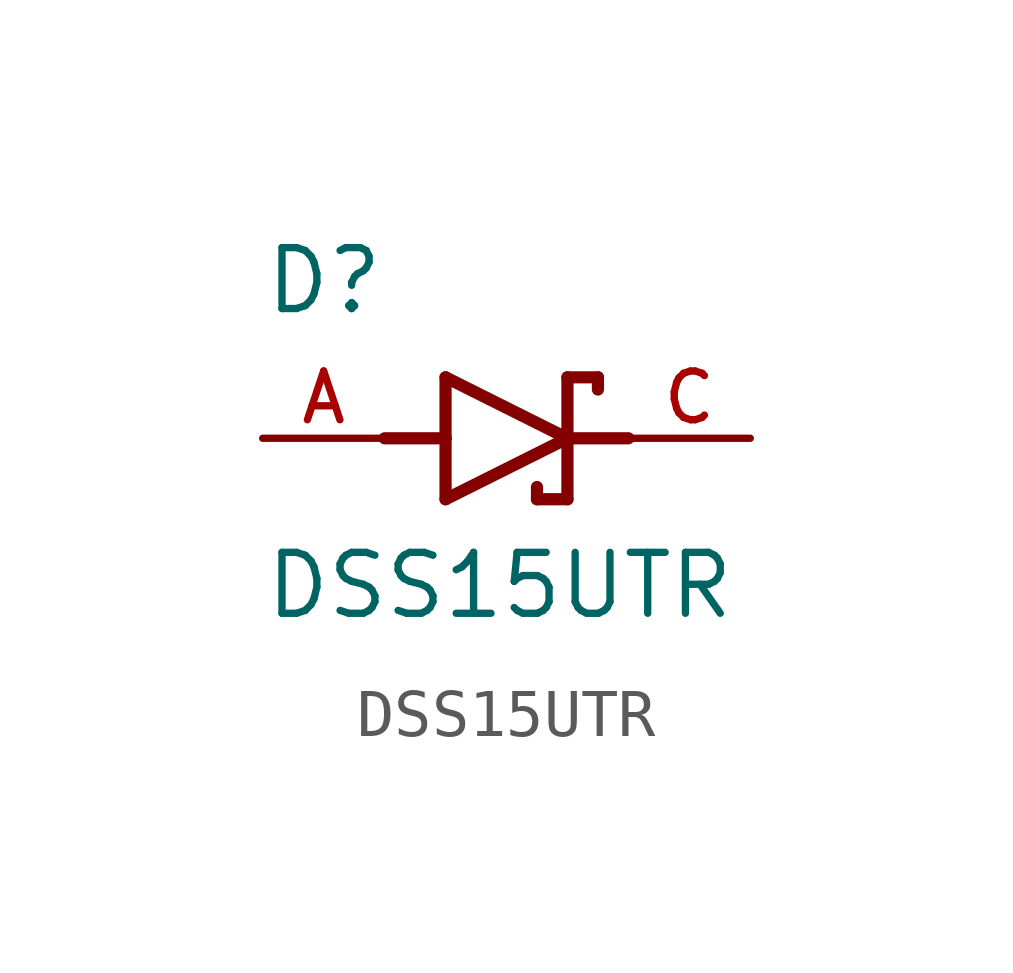
<source format=kicad_sym>
(kicad_symbol_lib
  (version 20211014)
  (generator kicad_symbol_editor)
  (symbol "DSS15UTR"
    (pin_names
      (offset 1.016))
    (property "Reference" "D"
      (at -5.08 2.54 0)
      (effects (font (size 1.27 1.27)) (justify bottom left)))
    (property "Value" "DSS15UTR"
      (at -5.08 -3.81 0)
      (effects (font (size 1.27 1.27)) (justify bottom left)))
    (symbol "DSS15UTR_0_0"
      (polyline (pts (xy -1.27 -1.27) (xy 1.27 0.0)) (stroke (width 0.254)))
      (polyline (pts (xy 1.27 0.0) (xy -1.27 1.27)) (stroke (width 0.254)))
      (polyline (pts (xy 1.905 1.27) (xy 1.27 1.27)) (stroke (width 0.254)))
      (polyline (pts (xy 1.27 1.27) (xy 1.27 0.0)) (stroke (width 0.254)))
      (polyline (pts (xy -1.27 1.27) (xy -1.27 0.0)) (stroke (width 0.254)))
      (polyline (pts (xy -1.27 0.0) (xy -1.27 -1.27)) (stroke (width 0.254)))
      (polyline (pts (xy 1.27 0.0) (xy 1.27 -1.27)) (stroke (width 0.254)))
      (polyline (pts (xy 1.905 1.27) (xy 1.905 1.016)) (stroke (width 0.254)))
      (polyline (pts (xy 1.27 -1.27) (xy 0.635 -1.27)) (stroke (width 0.254)))
      (polyline (pts (xy 0.635 -1.016) (xy 0.635 -1.27)) (stroke (width 0.254)))
      (polyline (pts (xy -2.54 0.0) (xy -1.27 0.0)) (stroke (width 0.254)))
      (polyline (pts (xy 2.54 0.0) (xy 1.27 0.0)) (stroke (width 0.254)))
      (pin passive line (at 5.08 0.0 180.0) (length 2.54) (name "~" (effects (font (size 1.016 1.016)))) (number "C" (effects (font (size 1.016 1.016)))))
      (pin passive line (at -5.08 0.0 0) (length 2.54) (name "~" (effects (font (size 1.016 1.016)))) (number "A" (effects (font (size 1.016 1.016))))))))
</source>
